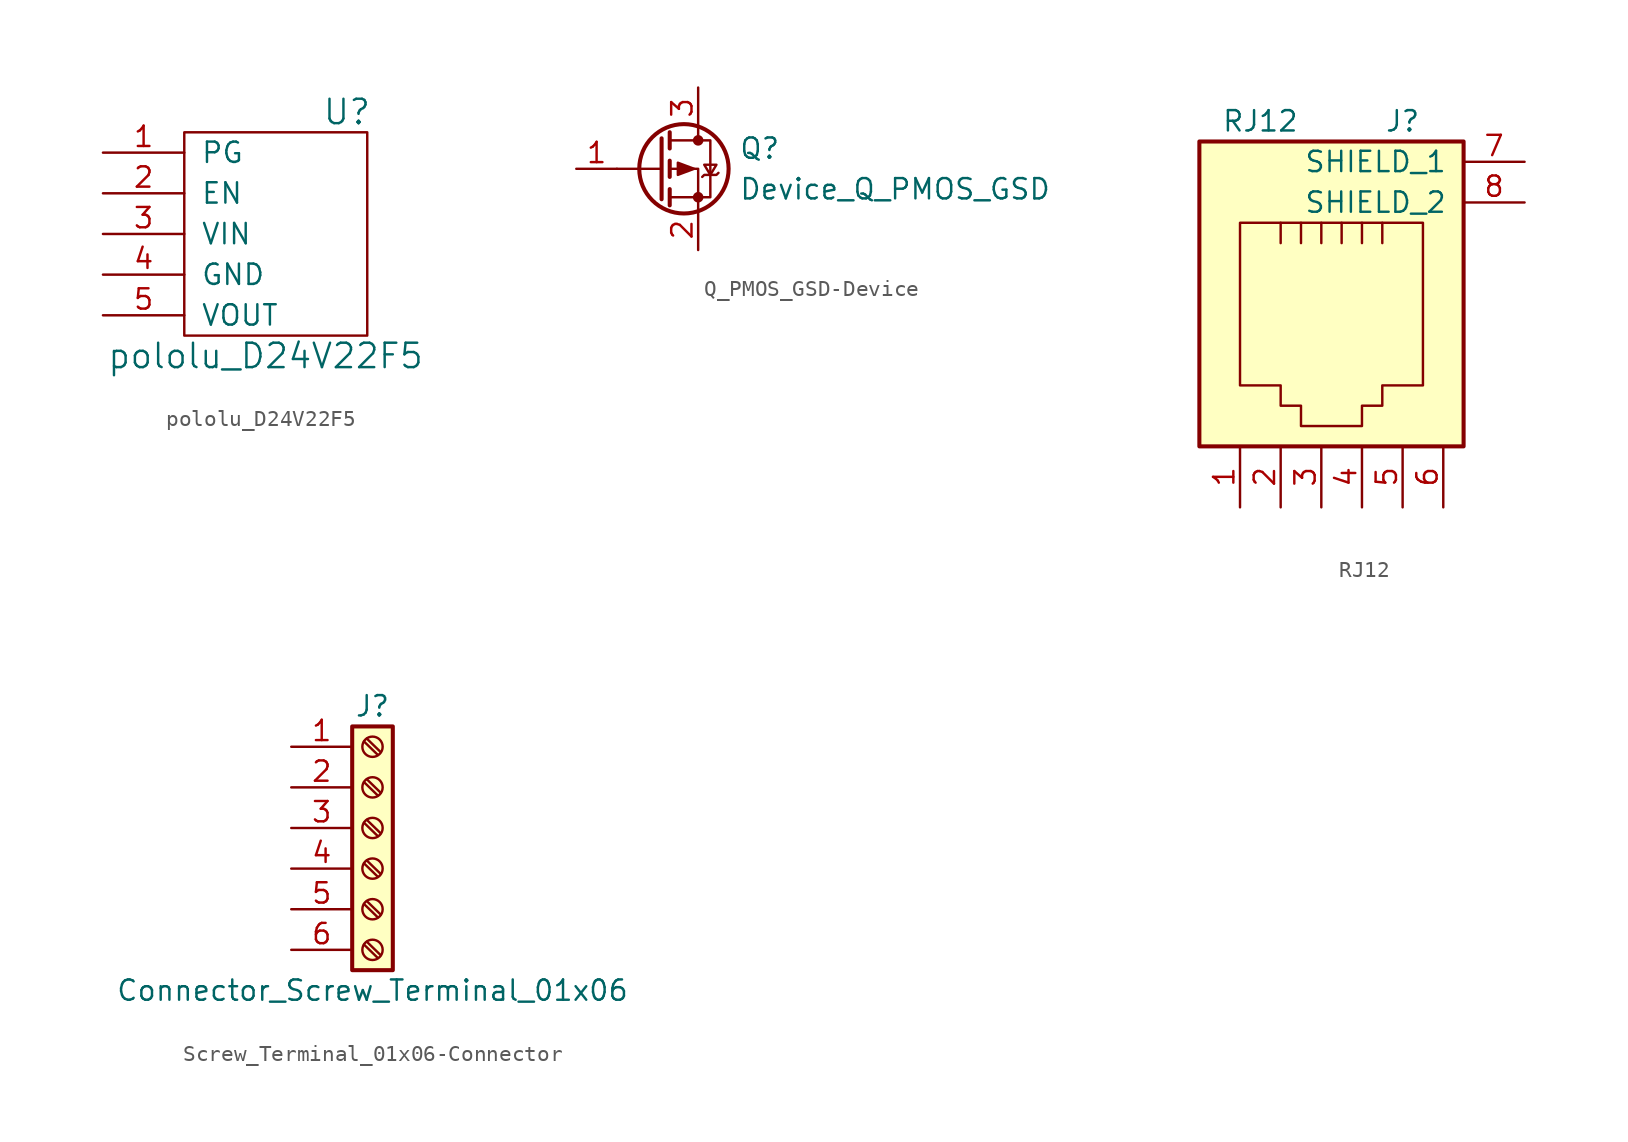
<source format=kicad_sym>
(kicad_symbol_lib
  (version 20220914)
  (generator kicad_symbol_editor)
  (symbol "pololu_D24V22F5"
    (pin_names
      (offset 1.016))
    (property "Reference" "U"
      (at 3.81 7.62 0)
      (effects (font (size 1.524 1.524))))
    (property "Value" "pololu_D24V22F5"
      (at -1.27 -7.62 0)
      (effects (font (size 1.524 1.524))))
    (symbol "pololu_D24V22F5_0_1"
      (rectangle (start -6.35 6.35) (end 5.08 -6.35) (stroke (width 0) (type solid)) (fill (type none))))
    (symbol "pololu_D24V22F5_1_1"
      (pin output line (at -11.43 5.08 0) (length 5.08) (name "PG" (effects (font (size 1.27 1.27)))) (number "1" (effects (font (size 1.27 1.27)))))
      (pin input line (at -11.43 2.54 0) (length 5.08) (name "EN" (effects (font (size 1.27 1.27)))) (number "2" (effects (font (size 1.27 1.27)))))
      (pin power_in line (at -11.43 0 0) (length 5.08) (name "VIN" (effects (font (size 1.27 1.27)))) (number "3" (effects (font (size 1.27 1.27)))))
      (pin power_in line (at -11.43 -2.54 0) (length 5.08) (name "GND" (effects (font (size 1.27 1.27)))) (number "4" (effects (font (size 1.27 1.27)))))
      (pin power_out line (at -11.43 -5.08 0) (length 5.08) (name "VOUT" (effects (font (size 1.27 1.27)))) (number "5" (effects (font (size 1.27 1.27)))))))
  (symbol "Q_PMOS_GSD-Device"
    (pin_names
      (offset 0) hide)
    (property "Reference" "Q"
      (at 5.08 1.27 0)
      (effects (font (size 1.27 1.27)) (justify left)))
    (property "Value" "Device_Q_PMOS_GSD"
      (at 5.08 -1.27 0)
      (effects (font (size 1.27 1.27)) (justify left)))
    (symbol "Q_PMOS_GSD-Device_0_1"
      (polyline (pts (xy 0.254 0) (xy -2.54 0)) (stroke (width 0) (type solid)) (fill (type none)))
      (polyline (pts (xy 0.254 1.905) (xy 0.254 -1.905)) (stroke (width 0.254) (type solid)) (fill (type none)))
      (polyline (pts (xy 0.762 -1.27) (xy 0.762 -2.286)) (stroke (width 0.254) (type solid)) (fill (type none)))
      (polyline (pts (xy 0.762 0.508) (xy 0.762 -0.508)) (stroke (width 0.254) (type solid)) (fill (type none)))
      (polyline (pts (xy 0.762 2.286) (xy 0.762 1.27)) (stroke (width 0.254) (type solid)) (fill (type none)))
      (polyline (pts (xy 2.54 2.54) (xy 2.54 1.778)) (stroke (width 0) (type solid)) (fill (type none)))
      (polyline (pts (xy 2.54 -2.54) (xy 2.54 0) (xy 0.762 0)) (stroke (width 0) (type solid)) (fill (type none)))
      (polyline (pts (xy 0.762 1.778) (xy 3.302 1.778) (xy 3.302 -1.778) (xy 0.762 -1.778)) (stroke (width 0) (type solid)) (fill (type none)))
      (polyline (pts (xy 2.286 0) (xy 1.27 0.381) (xy 1.27 -0.381) (xy 2.286 0)) (stroke (width 0) (type solid)) (fill (type outline)))
      (polyline (pts (xy 2.794 -0.508) (xy 2.921 -0.381) (xy 3.683 -0.381) (xy 3.81 -0.254)) (stroke (width 0) (type solid)) (fill (type none)))
      (polyline (pts (xy 3.302 -0.381) (xy 2.921 0.254) (xy 3.683 0.254) (xy 3.302 -0.381)) (stroke (width 0) (type solid)) (fill (type none)))
      (circle (center 1.651 0) (radius 2.794) (stroke (width 0.254) (type solid)) (fill (type none)))
      (circle (center 2.54 -1.778) (radius 0.254) (stroke (width 0) (type solid)) (fill (type outline)))
      (circle (center 2.54 1.778) (radius 0.254) (stroke (width 0) (type solid)) (fill (type outline))))
    (symbol "Q_PMOS_GSD-Device_1_1"
      (pin input line (at -5.08 0 0) (length 2.54) (name "G" (effects (font (size 1.27 1.27)))) (number "1" (effects (font (size 1.27 1.27)))))
      (pin passive line (at 2.54 -5.08 90) (length 2.54) (name "S" (effects (font (size 1.27 1.27)))) (number "2" (effects (font (size 1.27 1.27)))))
      (pin passive line (at 2.54 5.08 270) (length 2.54) (name "D" (effects (font (size 1.27 1.27)))) (number "3" (effects (font (size 1.27 1.27)))))))
  (symbol "RJ12"
    (pin_names
      (offset 1.016))
    (property "Reference" "J"
      (at 5.08 12.7 0)
      (effects (font (size 1.27 1.27))))
    (property "Value" "RJ12"
      (at -3.81 12.7 0)
      (effects (font (size 1.27 1.27))))
    (symbol "RJ12_0_1"
      (polyline (pts (xy -2.54 6.35) (xy -2.54 5.08) (xy -2.54 5.08)) (stroke (width 0) (type solid)) (fill (type none)))
      (polyline (pts (xy -1.27 6.35) (xy -1.27 5.08) (xy -1.27 5.08)) (stroke (width 0) (type solid)) (fill (type none)))
      (polyline (pts (xy 0 6.35) (xy 0 5.08) (xy 0 5.08)) (stroke (width 0) (type solid)) (fill (type none)))
      (polyline (pts (xy 1.27 6.35) (xy 1.27 5.08) (xy 1.27 5.08)) (stroke (width 0) (type solid)) (fill (type none)))
      (polyline (pts (xy 2.54 6.35) (xy 2.54 5.08) (xy 2.54 5.08)) (stroke (width 0) (type solid)) (fill (type none)))
      (polyline (pts (xy 3.81 5.08) (xy 3.81 6.35) (xy 3.81 6.35)) (stroke (width 0) (type solid)) (fill (type none)))
      (polyline (pts (xy -5.08 6.35) (xy 6.35 6.35) (xy 6.35 -3.81) (xy 3.81 -3.81) (xy 3.81 -5.08) (xy 2.54 -5.08) (xy 2.54 -6.35) (xy -1.27 -6.35) (xy -1.27 -5.08) (xy -2.54 -5.08) (xy -2.54 -3.81) (xy -5.08 -3.81) (xy -5.08 6.35) (xy -5.08 6.35)) (stroke (width 0) (type solid)) (fill (type none)))
      (rectangle (start 8.89 -7.62) (end -7.62 11.43) (stroke (width 0.254) (type solid)) (fill (type background))))
    (symbol "RJ12_1_1"
      (pin passive line (at -5.08 -11.43 90) (length 3.81) (name "~" (effects (font (size 1.27 1.27)))) (number "1" (effects (font (size 1.27 1.27)))))
      (pin passive line (at -2.54 -11.43 90) (length 3.81) (name "~" (effects (font (size 1.27 1.27)))) (number "2" (effects (font (size 1.27 1.27)))))
      (pin passive line (at 0 -11.43 90) (length 3.81) (name "~" (effects (font (size 1.27 1.27)))) (number "3" (effects (font (size 1.27 1.27)))))
      (pin passive line (at 2.54 -11.43 90) (length 3.81) (name "~" (effects (font (size 1.27 1.27)))) (number "4" (effects (font (size 1.27 1.27)))))
      (pin passive line (at 5.08 -11.43 90) (length 3.81) (name "~" (effects (font (size 1.27 1.27)))) (number "5" (effects (font (size 1.27 1.27)))))
      (pin passive line (at 7.62 -11.43 90) (length 3.81) (name "~" (effects (font (size 1.27 1.27)))) (number "6" (effects (font (size 1.27 1.27)))))
      (pin passive line (at 12.7 10.16 180) (length 3.81) (name "SHIELD_1" (effects (font (size 1.27 1.27)))) (number "7" (effects (font (size 1.27 1.27)))))
      (pin passive line (at 12.7 7.62 180) (length 3.81) (name "SHIELD_2" (effects (font (size 1.27 1.27)))) (number "8" (effects (font (size 1.27 1.27)))))))
  (symbol "Screw_Terminal_01x06-Connector"
    (pin_names
      (offset 1.016) hide)
    (property "Reference" "J"
      (at 0 7.62 0)
      (effects (font (size 1.27 1.27))))
    (property "Value" "Connector_Screw_Terminal_01x06"
      (at 0 -10.16 0)
      (effects (font (size 1.27 1.27))))
    (symbol "Screw_Terminal_01x06-Connector_1_1"
      (rectangle (start -1.27 6.35) (end 1.27 -8.89) (stroke (width 0.254) (type solid)) (fill (type background)))
      (circle (center 0 -7.62) (radius 0.635) (stroke (width 0.152) (type solid)) (fill (type none)))
      (circle (center 0 -5.08) (radius 0.635) (stroke (width 0.152) (type solid)) (fill (type none)))
      (circle (center 0 -2.54) (radius 0.635) (stroke (width 0.152) (type solid)) (fill (type none)))
      (polyline (pts (xy -0.533 -7.29) (xy 0.33 -8.128)) (stroke (width 0.152) (type solid)) (fill (type none)))
      (polyline (pts (xy -0.533 -4.75) (xy 0.33 -5.588)) (stroke (width 0.152) (type solid)) (fill (type none)))
      (polyline (pts (xy -0.533 -2.21) (xy 0.33 -3.048)) (stroke (width 0.152) (type solid)) (fill (type none)))
      (polyline (pts (xy -0.533 0.33) (xy 0.33 -0.508)) (stroke (width 0.152) (type solid)) (fill (type none)))
      (polyline (pts (xy -0.533 2.87) (xy 0.33 2.032)) (stroke (width 0.152) (type solid)) (fill (type none)))
      (polyline (pts (xy -0.533 5.41) (xy 0.33 4.572)) (stroke (width 0.152) (type solid)) (fill (type none)))
      (polyline (pts (xy -0.356 -7.112) (xy 0.508 -7.95)) (stroke (width 0.152) (type solid)) (fill (type none)))
      (polyline (pts (xy -0.356 -4.572) (xy 0.508 -5.41)) (stroke (width 0.152) (type solid)) (fill (type none)))
      (polyline (pts (xy -0.356 -2.032) (xy 0.508 -2.87)) (stroke (width 0.152) (type solid)) (fill (type none)))
      (polyline (pts (xy -0.356 0.508) (xy 0.508 -0.33)) (stroke (width 0.152) (type solid)) (fill (type none)))
      (polyline (pts (xy -0.356 3.048) (xy 0.508 2.21)) (stroke (width 0.152) (type solid)) (fill (type none)))
      (polyline (pts (xy -0.356 5.588) (xy 0.508 4.75)) (stroke (width 0.152) (type solid)) (fill (type none)))
      (circle (center 0 0) (radius 0.635) (stroke (width 0.152) (type solid)) (fill (type none)))
      (circle (center 0 2.54) (radius 0.635) (stroke (width 0.152) (type solid)) (fill (type none)))
      (circle (center 0 5.08) (radius 0.635) (stroke (width 0.152) (type solid)) (fill (type none)))
      (pin passive line (at -5.08 5.08 0) (length 3.81) (name "Pin_1" (effects (font (size 1.27 1.27)))) (number "1" (effects (font (size 1.27 1.27)))))
      (pin passive line (at -5.08 2.54 0) (length 3.81) (name "Pin_2" (effects (font (size 1.27 1.27)))) (number "2" (effects (font (size 1.27 1.27)))))
      (pin passive line (at -5.08 0 0) (length 3.81) (name "Pin_3" (effects (font (size 1.27 1.27)))) (number "3" (effects (font (size 1.27 1.27)))))
      (pin passive line (at -5.08 -2.54 0) (length 3.81) (name "Pin_4" (effects (font (size 1.27 1.27)))) (number "4" (effects (font (size 1.27 1.27)))))
      (pin passive line (at -5.08 -5.08 0) (length 3.81) (name "Pin_5" (effects (font (size 1.27 1.27)))) (number "5" (effects (font (size 1.27 1.27)))))
      (pin passive line (at -5.08 -7.62 0) (length 3.81) (name "Pin_6" (effects (font (size 1.27 1.27)))) (number "6" (effects (font (size 1.27 1.27))))))))
</source>
